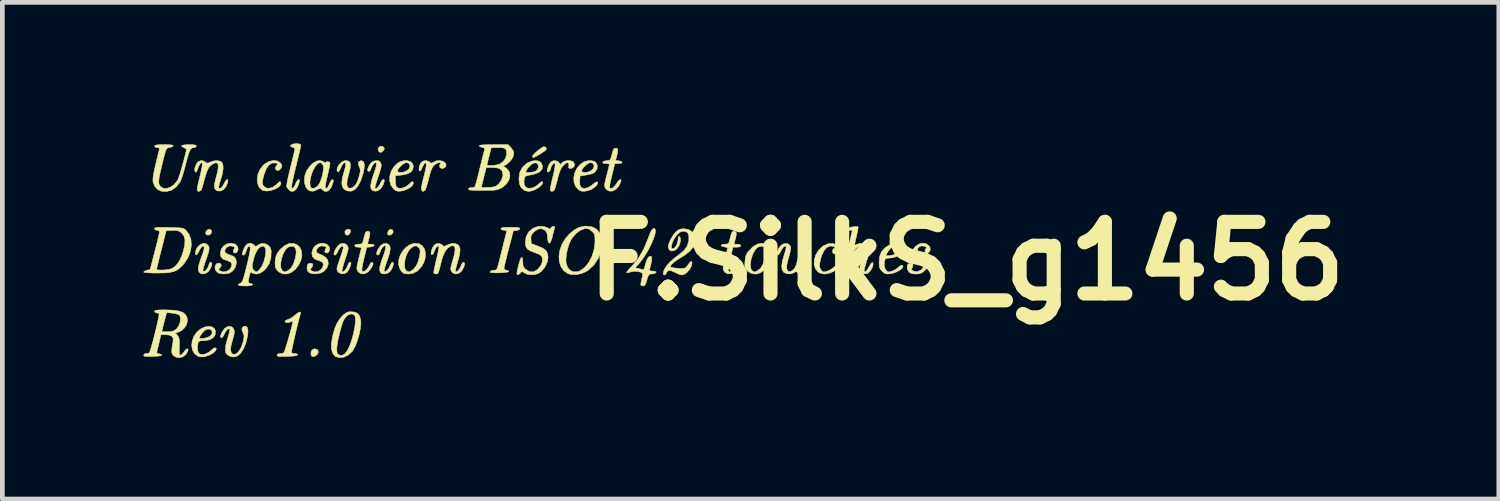
<source format=kicad_pcb>
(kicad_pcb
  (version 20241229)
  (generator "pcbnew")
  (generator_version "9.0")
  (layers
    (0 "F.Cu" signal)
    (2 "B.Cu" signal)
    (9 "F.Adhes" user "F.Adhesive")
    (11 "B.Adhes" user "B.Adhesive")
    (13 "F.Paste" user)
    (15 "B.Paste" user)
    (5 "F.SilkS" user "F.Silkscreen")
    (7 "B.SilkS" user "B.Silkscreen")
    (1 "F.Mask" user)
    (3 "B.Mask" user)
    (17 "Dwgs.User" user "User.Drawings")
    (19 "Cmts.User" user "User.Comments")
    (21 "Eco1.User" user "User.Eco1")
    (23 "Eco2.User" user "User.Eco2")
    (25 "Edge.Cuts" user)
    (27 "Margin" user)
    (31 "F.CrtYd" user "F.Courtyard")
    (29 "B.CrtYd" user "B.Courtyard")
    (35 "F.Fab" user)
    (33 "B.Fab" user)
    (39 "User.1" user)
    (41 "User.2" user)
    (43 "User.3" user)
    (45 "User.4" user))
  (footprint "F.SilkS_g1456"
    (layer "F.Cu")
    (at 17.51 2.503)
    (property "Reference" "F.SilkS_g1456" (at 0 0 0) (layer "F.SilkS") (effects (font (size 1.524 1.524) (thickness 0.3))))
    (attr through_hole)
    (fp_poly (pts (xy -16.068 -0.662) (xy -16.058 -0.622) (xy -16.069 -0.587) (xy -16.102 -0.558) (xy -16.145 -0.552) (xy -16.18 -0.573) (xy -16.185 -0.582) (xy -16.182 -0.626) (xy -16.151 -0.663) (xy -16.107 -0.677) (xy -16.068 -0.662)) (stroke (width 0.01) (type solid)) (fill yes) (layer "F.SilkS"))
    (fp_poly (pts (xy -13.115 -0.671) (xy -13.104 -0.645) (xy -13.106 -0.619) (xy -13.125 -0.576) (xy -13.16 -0.553) (xy -13.198 -0.554) (xy -13.221 -0.581) (xy -13.225 -0.635) (xy -13.194 -0.669) (xy -13.154 -0.677) (xy -13.115 -0.671)) (stroke (width 0.01) (type solid)) (fill yes) (layer "F.SilkS"))
    (fp_poly (pts (xy -12.223 -0.673) (xy -12.2 -0.647) (xy -12.202 -0.602) (xy -12.234 -0.565) (xy -12.281 -0.55) (xy -12.31 -0.56) (xy -12.316 -0.594) (xy -12.315 -0.609) (xy -12.296 -0.652) (xy -12.261 -0.675) (xy -12.223 -0.673)) (stroke (width 0.01) (type solid)) (fill yes) (layer "F.SilkS"))
    (fp_poly (pts (xy -12.429 -2.442) (xy -12.412 -2.432) (xy -12.385 -2.398) (xy -12.395 -2.364) (xy -12.416 -2.34) (xy -12.456 -2.311) (xy -12.489 -2.318) (xy -12.507 -2.336) (xy -12.522 -2.379) (xy -12.506 -2.418) (xy -12.472 -2.443) (xy -12.429 -2.442)) (stroke (width 0.01) (type solid)) (fill yes) (layer "F.SilkS"))
    (fp_poly (pts (xy -13.822 1.876) (xy -13.801 1.894) (xy -13.789 1.935) (xy -13.807 1.978) (xy -13.843 2.014) (xy -13.887 2.032) (xy -13.928 2.023) (xy -13.935 2.018) (xy -13.948 1.98) (xy -13.944 1.929) (xy -13.924 1.888) (xy -13.923 1.888) (xy -13.874 1.864) (xy -13.822 1.876)) (stroke (width 0.01) (type solid)) (fill yes) (layer "F.SilkS"))
    (fp_poly (pts (xy -8.949 -2.42) (xy -8.94 -2.385) (xy -8.953 -2.36) (xy -8.981 -2.338) (xy -9.031 -2.304) (xy -9.092 -2.266) (xy -9.152 -2.232) (xy -9.198 -2.208) (xy -9.217 -2.201) (xy -9.235 -2.216) (xy -9.238 -2.221) (xy -9.23 -2.243) (xy -9.196 -2.282) (xy -9.146 -2.328) (xy -9.091 -2.374) (xy -9.038 -2.411) (xy -8.999 -2.432) (xy -8.99 -2.434) (xy -8.949 -2.42)) (stroke (width 0.01) (type solid)) (fill yes) (layer "F.SilkS"))
    (fp_poly (pts (xy -14.248 -0.351) (xy -14.184 -0.296) (xy -14.148 -0.218) (xy -14.139 -0.124) (xy -14.158 -0.022) (xy -14.204 0.079) (xy -14.276 0.173) (xy -14.28 0.177) (xy -14.369 0.244) (xy -14.463 0.275) (xy -14.553 0.27) (xy -14.634 0.227) (xy -14.649 0.213) (xy -14.688 0.166) (xy -14.706 0.116) (xy -14.71 0.052) (xy -14.591 0.052) (xy -14.588 0.133) (xy -14.566 0.19) (xy -14.553 0.203) (xy -14.522 0.225) (xy -14.499 0.23) (xy -14.466 0.217) (xy -14.435 0.201) (xy -14.371 0.148) (xy -14.319 0.06) (xy -14.278 -0.066) (xy -14.275 -0.081) (xy -14.26 -0.185) (xy -14.27 -0.261) (xy -14.303 -0.306) (xy -14.348 -0.318) (xy -14.419 -0.303) (xy -14.478 -0.256) (xy -14.529 -0.171) (xy -14.541 -0.145) (xy -14.575 -0.044) (xy -14.591 0.052) (xy -14.71 0.052) (xy -14.711 0.045) (xy -14.701 -0.068) (xy -14.668 -0.159) (xy -14.606 -0.242) (xy -14.598 -0.251) (xy -14.501 -0.333) (xy -14.407 -0.375) (xy -14.315 -0.375) (xy -14.248 -0.351)) (stroke (width 0.01) (type solid)) (fill yes) (layer "F.SilkS"))
    (fp_poly (pts (xy -11.661 -0.373) (xy -11.646 -0.368) (xy -11.575 -0.323) (xy -11.53 -0.253) (xy -11.511 -0.165) (xy -11.516 -0.069) (xy -11.545 0.03) (xy -11.598 0.123) (xy -11.674 0.202) (xy -11.7 0.222) (xy -11.782 0.26) (xy -11.873 0.275) (xy -11.955 0.265) (xy -11.986 0.252) (xy -12.022 0.219) (xy -12.054 0.169) (xy -12.083 0.075) (xy -12.083 0.071) (xy -11.958 0.071) (xy -11.951 0.148) (xy -11.926 0.2) (xy -11.882 0.228) (xy -11.836 0.223) (xy -11.779 0.183) (xy -11.758 0.163) (xy -11.702 0.091) (xy -11.662 -0.003) (xy -11.633 -0.127) (xy -11.628 -0.162) (xy -11.624 -0.225) (xy -11.639 -0.268) (xy -11.66 -0.293) (xy -11.703 -0.323) (xy -11.75 -0.32) (xy -11.807 -0.284) (xy -11.838 -0.257) (xy -11.885 -0.195) (xy -11.922 -0.112) (xy -11.947 -0.019) (xy -11.958 0.071) (xy -12.083 0.071) (xy -12.079 -0.026) (xy -12.048 -0.125) (xy -11.994 -0.216) (xy -11.924 -0.294) (xy -11.842 -0.35) (xy -11.752 -0.379) (xy -11.661 -0.373)) (stroke (width 0.01) (type solid)) (fill yes) (layer "F.SilkS"))
    (fp_poly (pts (xy -14.659 -2.129) (xy -14.605 -2.095) (xy -14.574 -2.057) (xy -14.563 -2.031) (xy -14.578 -1.979) (xy -14.614 -1.939) (xy -14.649 -1.926) (xy -14.691 -1.941) (xy -14.704 -1.978) (xy -14.686 -2.024) (xy -14.679 -2.032) (xy -14.656 -2.062) (xy -14.666 -2.077) (xy -14.698 -2.086) (xy -14.773 -2.085) (xy -14.839 -2.044) (xy -14.896 -1.963) (xy -14.943 -1.845) (xy -14.957 -1.793) (xy -14.975 -1.717) (xy -14.981 -1.668) (xy -14.976 -1.635) (xy -14.96 -1.604) (xy -14.957 -1.599) (xy -14.907 -1.558) (xy -14.841 -1.548) (xy -14.765 -1.569) (xy -14.689 -1.62) (xy -14.66 -1.649) (xy -14.617 -1.687) (xy -14.592 -1.686) (xy -14.584 -1.651) (xy -14.603 -1.604) (xy -14.654 -1.561) (xy -14.726 -1.525) (xy -14.808 -1.5) (xy -14.89 -1.49) (xy -14.96 -1.5) (xy -14.984 -1.51) (xy -15.047 -1.569) (xy -15.082 -1.65) (xy -15.091 -1.746) (xy -15.074 -1.847) (xy -15.032 -1.946) (xy -14.967 -2.033) (xy -14.917 -2.076) (xy -14.829 -2.122) (xy -14.74 -2.14) (xy -14.659 -2.129)) (stroke (width 0.01) (type solid)) (fill yes) (layer "F.SilkS"))
    (fp_poly (pts (xy -16.181 -0.371) (xy -16.175 -0.367) (xy -16.14 -0.341) (xy -16.119 -0.312) (xy -16.112 -0.273) (xy -16.118 -0.218) (xy -16.14 -0.14) (xy -16.176 -0.032) (xy -16.202 0.04) (xy -16.23 0.129) (xy -16.243 0.19) (xy -16.239 0.216) (xy -16.212 0.218) (xy -16.177 0.191) (xy -16.144 0.146) (xy -16.12 0.092) (xy -16.118 0.082) (xy -16.099 0.034) (xy -16.075 0.022) (xy -16.056 0.041) (xy -16.054 0.077) (xy -16.073 0.132) (xy -16.106 0.191) (xy -16.134 0.228) (xy -16.19 0.264) (xy -16.252 0.274) (xy -16.307 0.255) (xy -16.32 0.243) (xy -16.34 0.203) (xy -16.342 0.146) (xy -16.327 0.067) (xy -16.292 -0.041) (xy -16.278 -0.08) (xy -16.242 -0.182) (xy -16.222 -0.25) (xy -16.217 -0.292) (xy -16.225 -0.312) (xy -16.247 -0.318) (xy -16.274 -0.299) (xy -16.307 -0.252) (xy -16.322 -0.222) (xy -16.355 -0.159) (xy -16.382 -0.13) (xy -16.399 -0.138) (xy -16.404 -0.175) (xy -16.389 -0.245) (xy -16.35 -0.307) (xy -16.296 -0.354) (xy -16.237 -0.378) (xy -16.181 -0.371)) (stroke (width 0.01) (type solid)) (fill yes) (layer "F.SilkS"))
    (fp_poly (pts (xy -14.226 -2.497) (xy -14.18 -2.487) (xy -14.161 -2.466) (xy -14.161 -2.465) (xy -14.165 -2.435) (xy -14.179 -2.372) (xy -14.201 -2.28) (xy -14.228 -2.167) (xy -14.259 -2.04) (xy -14.267 -2.009) (xy -14.298 -1.881) (xy -14.325 -1.766) (xy -14.345 -1.671) (xy -14.358 -1.603) (xy -14.361 -1.568) (xy -14.361 -1.565) (xy -14.337 -1.546) (xy -14.312 -1.565) (xy -14.282 -1.624) (xy -14.276 -1.64) (xy -14.248 -1.697) (xy -14.22 -1.731) (xy -14.198 -1.737) (xy -14.19 -1.713) (xy -14.195 -1.677) (xy -14.228 -1.583) (xy -14.272 -1.517) (xy -14.323 -1.484) (xy -14.376 -1.486) (xy -14.419 -1.519) (xy -14.45 -1.559) (xy -14.465 -1.581) (xy -14.464 -1.609) (xy -14.454 -1.67) (xy -14.437 -1.759) (xy -14.412 -1.868) (xy -14.383 -1.988) (xy -14.353 -2.109) (xy -14.327 -2.217) (xy -14.306 -2.304) (xy -14.292 -2.364) (xy -14.287 -2.389) (xy -14.305 -2.408) (xy -14.342 -2.422) (xy -14.379 -2.436) (xy -14.38 -2.456) (xy -14.371 -2.467) (xy -14.336 -2.487) (xy -14.283 -2.498) (xy -14.226 -2.497)) (stroke (width 0.01) (type solid)) (fill yes) (layer "F.SilkS"))
    (fp_poly (pts (xy -12.512 -2.134) (xy -12.481 -2.116) (xy -12.463 -2.084) (xy -12.453 -2.055) (xy -12.452 -2.02) (xy -12.462 -1.97) (xy -12.483 -1.898) (xy -12.517 -1.795) (xy -12.547 -1.702) (xy -12.57 -1.625) (xy -12.584 -1.572) (xy -12.586 -1.551) (xy -12.556 -1.546) (xy -12.519 -1.573) (xy -12.485 -1.625) (xy -12.473 -1.651) (xy -12.446 -1.703) (xy -12.419 -1.733) (xy -12.411 -1.736) (xy -12.388 -1.727) (xy -12.386 -1.697) (xy -12.405 -1.638) (xy -12.412 -1.621) (xy -12.46 -1.543) (xy -12.522 -1.497) (xy -12.59 -1.487) (xy -12.642 -1.505) (xy -12.671 -1.543) (xy -12.676 -1.612) (xy -12.657 -1.713) (xy -12.615 -1.841) (xy -12.576 -1.958) (xy -12.555 -2.038) (xy -12.555 -2.083) (xy -12.57 -2.095) (xy -12.603 -2.078) (xy -12.638 -2.034) (xy -12.665 -1.978) (xy -12.669 -1.963) (xy -12.689 -1.922) (xy -12.716 -1.906) (xy -12.737 -1.918) (xy -12.742 -1.944) (xy -12.731 -1.986) (xy -12.703 -2.042) (xy -12.694 -2.055) (xy -12.65 -2.107) (xy -12.597 -2.13) (xy -12.567 -2.134) (xy -12.512 -2.134)) (stroke (width 0.01) (type solid)) (fill yes) (layer "F.SilkS"))
    (fp_poly (pts (xy -12.287 -0.346) (xy -12.265 -0.309) (xy -12.261 -0.254) (xy -12.273 -0.177) (xy -12.304 -0.07) (xy -12.336 0.02) (xy -12.364 0.101) (xy -12.383 0.167) (xy -12.391 0.208) (xy -12.391 0.216) (xy -12.366 0.225) (xy -12.332 0.203) (xy -12.295 0.158) (xy -12.269 0.106) (xy -12.244 0.054) (xy -12.22 0.024) (xy -12.213 0.021) (xy -12.194 0.037) (xy -12.195 0.078) (xy -12.212 0.132) (xy -12.241 0.189) (xy -12.276 0.232) (xy -12.33 0.264) (xy -12.394 0.274) (xy -12.45 0.26) (xy -12.463 0.25) (xy -12.485 0.2) (xy -12.481 0.121) (xy -12.451 0.011) (xy -12.437 -0.031) (xy -12.391 -0.156) (xy -12.364 -0.246) (xy -12.354 -0.303) (xy -12.361 -0.328) (xy -12.362 -0.328) (xy -12.389 -0.323) (xy -12.424 -0.291) (xy -12.457 -0.243) (xy -12.478 -0.19) (xy -12.478 -0.188) (xy -12.497 -0.144) (xy -12.522 -0.127) (xy -12.548 -0.142) (xy -12.549 -0.181) (xy -12.529 -0.237) (xy -12.488 -0.3) (xy -12.461 -0.333) (xy -12.402 -0.373) (xy -12.339 -0.376) (xy -12.287 -0.346)) (stroke (width 0.01) (type solid)) (fill yes) (layer "F.SilkS"))
    (fp_poly (pts (xy -4.259 -0.352) (xy -4.258 -0.351) (xy -4.193 -0.296) (xy -4.157 -0.218) (xy -4.149 -0.124) (xy -4.168 -0.022) (xy -4.213 0.079) (xy -4.285 0.173) (xy -4.289 0.177) (xy -4.379 0.245) (xy -4.473 0.276) (xy -4.564 0.269) (xy -4.646 0.225) (xy -4.661 0.211) (xy -4.696 0.173) (xy -4.714 0.138) (xy -4.72 0.091) (xy -4.718 0.052) (xy -4.6 0.052) (xy -4.597 0.133) (xy -4.576 0.19) (xy -4.563 0.203) (xy -4.531 0.225) (xy -4.508 0.23) (xy -4.476 0.217) (xy -4.444 0.201) (xy -4.38 0.148) (xy -4.329 0.06) (xy -4.288 -0.066) (xy -4.284 -0.081) (xy -4.269 -0.185) (xy -4.279 -0.261) (xy -4.313 -0.306) (xy -4.358 -0.318) (xy -4.428 -0.303) (xy -4.487 -0.256) (xy -4.538 -0.171) (xy -4.55 -0.145) (xy -4.584 -0.044) (xy -4.6 0.052) (xy -4.718 0.052) (xy -4.717 0.019) (xy -4.716 0.011) (xy -4.707 -0.074) (xy -4.689 -0.135) (xy -4.656 -0.189) (xy -4.643 -0.206) (xy -4.546 -0.306) (xy -4.45 -0.363) (xy -4.354 -0.379) (xy -4.259 -0.352)) (stroke (width 0.01) (type solid)) (fill yes) (layer "F.SilkS"))
    (fp_poly (pts (xy -2.778 -0.348) (xy -2.743 -0.306) (xy -2.732 -0.254) (xy -2.74 -0.203) (xy -2.766 -0.165) (xy -2.805 -0.151) (xy -2.825 -0.156) (xy -2.853 -0.185) (xy -2.854 -0.228) (xy -2.83 -0.266) (xy -2.82 -0.273) (xy -2.798 -0.289) (xy -2.81 -0.303) (xy -2.836 -0.314) (xy -2.909 -0.321) (xy -2.977 -0.289) (xy -3.036 -0.22) (xy -3.084 -0.117) (xy -3.102 -0.06) (xy -3.124 0.035) (xy -3.13 0.101) (xy -3.12 0.15) (xy -3.093 0.192) (xy -3.064 0.223) (xy -3.033 0.231) (xy -2.984 0.22) (xy -2.97 0.216) (xy -2.902 0.186) (xy -2.843 0.145) (xy -2.837 0.138) (xy -2.789 0.098) (xy -2.752 0.086) (xy -2.732 0.102) (xy -2.731 0.113) (xy -2.75 0.156) (xy -2.799 0.2) (xy -2.869 0.238) (xy -2.948 0.265) (xy -3.023 0.275) (xy -3.11 0.26) (xy -3.161 0.232) (xy -3.218 0.162) (xy -3.245 0.074) (xy -3.242 -0.025) (xy -3.213 -0.126) (xy -3.159 -0.22) (xy -3.082 -0.299) (xy -3.039 -0.328) (xy -2.937 -0.372) (xy -2.846 -0.376) (xy -2.778 -0.348)) (stroke (width 0.01) (type solid)) (fill yes) (layer "F.SilkS"))
    (fp_poly (pts (xy -14.166 1.09) (xy -14.169 1.117) (xy -14.19 1.191) (xy -14.215 1.287) (xy -14.242 1.397) (xy -14.27 1.514) (xy -14.297 1.631) (xy -14.322 1.74) (xy -14.342 1.833) (xy -14.355 1.903) (xy -14.361 1.943) (xy -14.361 1.949) (xy -14.333 1.963) (xy -14.284 1.968) (xy -14.238 1.976) (xy -14.229 1.995) (xy -14.252 2.009) (xy -14.31 2.019) (xy -14.407 2.026) (xy -14.453 2.027) (xy -14.552 2.029) (xy -14.616 2.028) (xy -14.652 2.022) (xy -14.667 2.011) (xy -14.668 2.001) (xy -14.65 1.975) (xy -14.61 1.968) (xy -14.556 1.962) (xy -14.524 1.95) (xy -14.513 1.927) (xy -14.493 1.871) (xy -14.468 1.791) (xy -14.439 1.696) (xy -14.41 1.593) (xy -14.381 1.491) (xy -14.357 1.399) (xy -14.34 1.326) (xy -14.331 1.278) (xy -14.33 1.275) (xy -14.346 1.278) (xy -14.371 1.29) (xy -14.425 1.309) (xy -14.472 1.309) (xy -14.498 1.292) (xy -14.499 1.283) (xy -14.481 1.259) (xy -14.437 1.242) (xy -14.436 1.242) (xy -14.384 1.22) (xy -14.321 1.179) (xy -14.291 1.154) (xy -14.229 1.104) (xy -14.186 1.082) (xy -14.166 1.09)) (stroke (width 0.01) (type solid)) (fill yes) (layer "F.SilkS"))
    (fp_poly (pts (xy -9.608 -0.718) (xy -9.547 -0.714) (xy -9.515 -0.705) (xy -9.504 -0.692) (xy -9.504 -0.689) (xy -9.523 -0.665) (xy -9.573 -0.652) (xy -9.641 -0.646) (xy -9.74 -0.265) (xy -9.772 -0.142) (xy -9.799 -0.031) (xy -9.821 0.059) (xy -9.835 0.123) (xy -9.841 0.152) (xy -9.824 0.183) (xy -9.789 0.194) (xy -9.749 0.207) (xy -9.736 0.222) (xy -9.755 0.232) (xy -9.806 0.24) (xy -9.876 0.246) (xy -9.955 0.25) (xy -10.031 0.25) (xy -10.094 0.248) (xy -10.132 0.241) (xy -10.139 0.236) (xy -10.12 0.211) (xy -10.074 0.195) (xy -10.032 0.191) (xy -10.019 0.19) (xy -10.007 0.187) (xy -9.997 0.175) (xy -9.986 0.15) (xy -9.972 0.107) (xy -9.953 0.04) (xy -9.929 -0.055) (xy -9.897 -0.183) (xy -9.874 -0.275) (xy -9.847 -0.386) (xy -9.822 -0.484) (xy -9.802 -0.561) (xy -9.79 -0.61) (xy -9.787 -0.619) (xy -9.788 -0.645) (xy -9.817 -0.655) (xy -9.841 -0.656) (xy -9.892 -0.665) (xy -9.906 -0.688) (xy -9.899 -0.703) (xy -9.872 -0.713) (xy -9.82 -0.718) (xy -9.734 -0.72) (xy -9.705 -0.72) (xy -9.608 -0.718)) (stroke (width 0.01) (type solid)) (fill yes) (layer "F.SilkS"))
    (fp_poly (pts (xy -13.202 -0.359) (xy -13.174 -0.328) (xy -13.16 -0.303) (xy -13.154 -0.278) (xy -13.157 -0.242) (xy -13.17 -0.189) (xy -13.195 -0.11) (xy -13.221 -0.033) (xy -13.251 0.062) (xy -13.273 0.142) (xy -13.286 0.199) (xy -13.287 0.225) (xy -13.287 0.225) (xy -13.261 0.225) (xy -13.226 0.197) (xy -13.191 0.15) (xy -13.165 0.093) (xy -13.165 0.093) (xy -13.141 0.038) (xy -13.117 0.022) (xy -13.096 0.034) (xy -13.095 0.062) (xy -13.11 0.111) (xy -13.136 0.168) (xy -13.166 0.219) (xy -13.18 0.237) (xy -13.234 0.269) (xy -13.299 0.271) (xy -13.357 0.243) (xy -13.363 0.236) (xy -13.383 0.212) (xy -13.393 0.187) (xy -13.393 0.153) (xy -13.382 0.102) (xy -13.358 0.027) (xy -13.321 -0.079) (xy -13.291 -0.168) (xy -13.269 -0.242) (xy -13.257 -0.293) (xy -13.257 -0.31) (xy -13.288 -0.317) (xy -13.325 -0.29) (xy -13.361 -0.237) (xy -13.372 -0.212) (xy -13.398 -0.16) (xy -13.425 -0.13) (xy -13.433 -0.127) (xy -13.457 -0.137) (xy -13.457 -0.171) (xy -13.434 -0.233) (xy -13.427 -0.246) (xy -13.378 -0.321) (xy -13.319 -0.367) (xy -13.258 -0.38) (xy -13.202 -0.359)) (stroke (width 0.01) (type solid)) (fill yes) (layer "F.SilkS"))
    (fp_poly (pts (xy -13.154 -2.129) (xy -13.118 -2.101) (xy -13.105 -2.048) (xy -13.113 -1.966) (xy -13.143 -1.852) (xy -13.146 -1.841) (xy -13.176 -1.718) (xy -13.183 -1.627) (xy -13.165 -1.571) (xy -13.127 -1.549) (xy -13.063 -1.56) (xy -13.005 -1.611) (xy -12.956 -1.699) (xy -12.916 -1.823) (xy -12.913 -1.834) (xy -12.899 -1.905) (xy -12.9 -1.954) (xy -12.917 -2) (xy -12.922 -2.01) (xy -12.941 -2.073) (xy -12.927 -2.116) (xy -12.884 -2.135) (xy -12.861 -2.134) (xy -12.824 -2.109) (xy -12.81 -2.049) (xy -12.818 -1.953) (xy -12.838 -1.861) (xy -12.888 -1.709) (xy -12.947 -1.595) (xy -13.015 -1.52) (xy -13.092 -1.486) (xy -13.176 -1.493) (xy -13.187 -1.497) (xy -13.247 -1.533) (xy -13.282 -1.591) (xy -13.291 -1.673) (xy -13.275 -1.783) (xy -13.241 -1.905) (xy -13.214 -2.003) (xy -13.207 -2.066) (xy -13.22 -2.093) (xy -13.25 -2.085) (xy -13.273 -2.058) (xy -13.302 -2.005) (xy -13.316 -1.973) (xy -13.347 -1.914) (xy -13.371 -1.894) (xy -13.379 -1.898) (xy -13.395 -1.94) (xy -13.382 -1.995) (xy -13.348 -2.052) (xy -13.3 -2.101) (xy -13.245 -2.132) (xy -13.213 -2.138) (xy -13.154 -2.129)) (stroke (width 0.01) (type solid)) (fill yes) (layer "F.SilkS"))
    (fp_poly (pts (xy -8.423 -2.135) (xy -8.371 -2.116) (xy -8.362 -2.107) (xy -8.34 -2.055) (xy -8.352 -2.007) (xy -8.393 -1.976) (xy -8.411 -1.972) (xy -8.453 -1.971) (xy -8.466 -1.989) (xy -8.462 -2.03) (xy -8.465 -2.08) (xy -8.489 -2.096) (xy -8.53 -2.079) (xy -8.585 -2.028) (xy -8.588 -2.024) (xy -8.627 -1.969) (xy -8.66 -1.893) (xy -8.691 -1.787) (xy -8.699 -1.754) (xy -8.722 -1.664) (xy -8.744 -1.587) (xy -8.761 -1.533) (xy -8.767 -1.519) (xy -8.799 -1.487) (xy -8.837 -1.485) (xy -8.858 -1.502) (xy -8.857 -1.529) (xy -8.848 -1.588) (xy -8.831 -1.672) (xy -8.807 -1.77) (xy -8.805 -1.78) (xy -8.773 -1.915) (xy -8.756 -2.011) (xy -8.754 -2.069) (xy -8.766 -2.089) (xy -8.793 -2.072) (xy -8.807 -2.056) (xy -8.837 -2.008) (xy -8.848 -1.969) (xy -8.859 -1.931) (xy -8.884 -1.902) (xy -8.91 -1.894) (xy -8.92 -1.902) (xy -8.922 -1.936) (xy -8.908 -1.991) (xy -8.883 -2.051) (xy -8.854 -2.099) (xy -8.852 -2.101) (xy -8.801 -2.132) (xy -8.74 -2.135) (xy -8.686 -2.111) (xy -8.672 -2.095) (xy -8.643 -2.053) (xy -8.604 -2.095) (xy -8.557 -2.124) (xy -8.49 -2.138) (xy -8.423 -2.135)) (stroke (width 0.01) (type solid)) (fill yes) (layer "F.SilkS"))
    (fp_poly (pts (xy -11.831 -2.115) (xy -11.785 -2.072) (xy -11.769 -2.016) (xy -11.782 -1.944) (xy -11.825 -1.891) (xy -11.901 -1.854) (xy -12.013 -1.831) (xy -12.031 -1.828) (xy -12.15 -1.815) (xy -12.15 -1.705) (xy -12.145 -1.638) (xy -12.133 -1.586) (xy -12.124 -1.571) (xy -12.074 -1.547) (xy -12.005 -1.552) (xy -11.931 -1.581) (xy -11.861 -1.632) (xy -11.845 -1.649) (xy -11.802 -1.687) (xy -11.776 -1.686) (xy -11.769 -1.651) (xy -11.788 -1.609) (xy -11.837 -1.565) (xy -11.908 -1.526) (xy -11.987 -1.497) (xy -12.026 -1.49) (xy -12.09 -1.485) (xy -12.135 -1.496) (xy -12.182 -1.53) (xy -12.191 -1.538) (xy -12.247 -1.615) (xy -12.273 -1.709) (xy -12.269 -1.811) (xy -12.238 -1.914) (xy -12.236 -1.918) (xy -12.107 -1.918) (xy -12.09 -1.893) (xy -12.045 -1.884) (xy -11.984 -1.891) (xy -11.92 -1.914) (xy -11.917 -1.915) (xy -11.866 -1.957) (xy -11.842 -2.006) (xy -11.845 -2.053) (xy -11.877 -2.086) (xy -11.922 -2.095) (xy -11.963 -2.08) (xy -12.014 -2.042) (xy -12.063 -1.993) (xy -12.098 -1.945) (xy -12.107 -1.918) (xy -12.236 -1.918) (xy -12.182 -2.007) (xy -12.104 -2.082) (xy -12.064 -2.107) (xy -11.98 -2.135) (xy -11.899 -2.137) (xy -11.831 -2.115)) (stroke (width 0.01) (type solid)) (fill yes) (layer "F.SilkS"))
    (fp_poly (pts (xy -7.966 -0.728) (xy -7.873 -0.679) (xy -7.807 -0.597) (xy -7.769 -0.485) (xy -7.759 -0.371) (xy -7.78 -0.207) (xy -7.838 -0.053) (xy -7.929 0.082) (xy -8.049 0.193) (xy -8.098 0.224) (xy -8.196 0.266) (xy -8.305 0.288) (xy -8.408 0.286) (xy -8.479 0.268) (xy -8.569 0.206) (xy -8.63 0.118) (xy -8.665 0.011) (xy -8.667 -0.028) (xy -8.524 -0.028) (xy -8.521 0.03) (xy -8.49 0.129) (xy -8.435 0.196) (xy -8.361 0.229) (xy -8.274 0.225) (xy -8.214 0.202) (xy -8.119 0.131) (xy -8.036 0.027) (xy -7.97 -0.101) (xy -7.926 -0.244) (xy -7.906 -0.395) (xy -7.906 -0.42) (xy -7.907 -0.501) (xy -7.913 -0.553) (xy -7.928 -0.588) (xy -7.957 -0.621) (xy -7.977 -0.639) (xy -8.031 -0.68) (xy -8.076 -0.694) (xy -8.122 -0.691) (xy -8.215 -0.657) (xy -8.307 -0.589) (xy -8.389 -0.494) (xy -8.405 -0.471) (xy -8.451 -0.377) (xy -8.489 -0.261) (xy -8.514 -0.139) (xy -8.524 -0.028) (xy -8.667 -0.028) (xy -8.672 -0.108) (xy -8.652 -0.235) (xy -8.606 -0.361) (xy -8.533 -0.482) (xy -8.445 -0.581) (xy -8.339 -0.667) (xy -8.238 -0.719) (xy -8.131 -0.742) (xy -8.085 -0.744) (xy -7.966 -0.728)) (stroke (width 0.01) (type solid)) (fill yes) (layer "F.SilkS"))
    (fp_poly (pts (xy -16.056 1.398) (xy -16.005 1.43) (xy -15.978 1.482) (xy -15.98 1.553) (xy -15.987 1.574) (xy -16.028 1.632) (xy -16.103 1.673) (xy -16.205 1.692) (xy -16.242 1.693) (xy -16.303 1.697) (xy -16.334 1.711) (xy -16.348 1.741) (xy -16.361 1.828) (xy -16.354 1.909) (xy -16.34 1.949) (xy -16.301 1.981) (xy -16.242 1.987) (xy -16.172 1.968) (xy -16.101 1.926) (xy -16.057 1.886) (xy -16.014 1.851) (xy -15.979 1.843) (xy -15.96 1.862) (xy -15.96 1.87) (xy -15.979 1.912) (xy -16.034 1.959) (xy -16.097 1.995) (xy -16.211 2.036) (xy -16.309 2.037) (xy -16.351 2.023) (xy -16.422 1.97) (xy -16.466 1.893) (xy -16.483 1.799) (xy -16.473 1.698) (xy -16.45 1.636) (xy -16.32 1.636) (xy -16.302 1.648) (xy -16.257 1.648) (xy -16.199 1.638) (xy -16.14 1.62) (xy -16.096 1.6) (xy -16.055 1.555) (xy -16.047 1.506) (xy -16.067 1.466) (xy -16.111 1.445) (xy -16.167 1.452) (xy -16.211 1.48) (xy -16.258 1.528) (xy -16.298 1.583) (xy -16.319 1.629) (xy -16.32 1.636) (xy -16.45 1.636) (xy -16.436 1.598) (xy -16.372 1.508) (xy -16.364 1.5) (xy -16.285 1.438) (xy -16.203 1.401) (xy -16.124 1.388) (xy -16.056 1.398)) (stroke (width 0.01) (type solid)) (fill yes) (layer "F.SilkS"))
    (fp_poly (pts (xy -15.615 1.408) (xy -15.582 1.459) (xy -15.575 1.503) (xy -15.582 1.561) (xy -15.604 1.645) (xy -15.613 1.674) (xy -15.646 1.797) (xy -15.656 1.887) (xy -15.642 1.948) (xy -15.616 1.977) (xy -15.568 1.985) (xy -15.516 1.957) (xy -15.466 1.899) (xy -15.422 1.816) (xy -15.389 1.713) (xy -15.385 1.7) (xy -15.372 1.628) (xy -15.371 1.58) (xy -15.384 1.54) (xy -15.394 1.521) (xy -15.418 1.456) (xy -15.405 1.409) (xy -15.373 1.388) (xy -15.326 1.385) (xy -15.297 1.418) (xy -15.285 1.483) (xy -15.292 1.577) (xy -15.318 1.695) (xy -15.328 1.73) (xy -15.379 1.863) (xy -15.442 1.96) (xy -15.514 2.02) (xy -15.595 2.04) (xy -15.676 2.022) (xy -15.729 1.99) (xy -15.76 1.943) (xy -15.769 1.877) (xy -15.757 1.785) (xy -15.725 1.663) (xy -15.715 1.629) (xy -15.691 1.55) (xy -15.676 1.487) (xy -15.67 1.45) (xy -15.671 1.445) (xy -15.701 1.44) (xy -15.738 1.467) (xy -15.773 1.519) (xy -15.785 1.545) (xy -15.811 1.597) (xy -15.838 1.627) (xy -15.846 1.63) (xy -15.87 1.621) (xy -15.871 1.592) (xy -15.849 1.536) (xy -15.832 1.501) (xy -15.783 1.433) (xy -15.724 1.394) (xy -15.666 1.385) (xy -15.615 1.408)) (stroke (width 0.01) (type solid)) (fill yes) (layer "F.SilkS"))
    (fp_poly (pts (xy -13.031 1.082) (xy -12.962 1.107) (xy -12.917 1.159) (xy -12.891 1.235) (xy -12.885 1.324) (xy -12.896 1.437) (xy -12.922 1.564) (xy -12.959 1.691) (xy -13.004 1.807) (xy -13.054 1.9) (xy -13.075 1.927) (xy -13.155 1.999) (xy -13.245 2.042) (xy -13.336 2.054) (xy -13.418 2.031) (xy -13.436 2.021) (xy -13.485 1.96) (xy -13.51 1.868) (xy -13.51 1.867) (xy -13.398 1.867) (xy -13.393 1.938) (xy -13.374 1.978) (xy -13.361 1.988) (xy -13.313 2.008) (xy -13.269 1.999) (xy -13.223 1.968) (xy -13.182 1.919) (xy -13.14 1.84) (xy -13.1 1.74) (xy -13.065 1.627) (xy -13.035 1.509) (xy -13.013 1.395) (xy -13.001 1.292) (xy -13.001 1.21) (xy -13.015 1.156) (xy -13.022 1.147) (xy -13.072 1.123) (xy -13.131 1.133) (xy -13.19 1.173) (xy -13.242 1.24) (xy -13.263 1.283) (xy -13.291 1.36) (xy -13.32 1.462) (xy -13.348 1.575) (xy -13.373 1.687) (xy -13.39 1.786) (xy -13.398 1.859) (xy -13.398 1.867) (xy -13.51 1.867) (xy -13.511 1.748) (xy -13.487 1.6) (xy -13.439 1.43) (xy -13.435 1.418) (xy -13.389 1.316) (xy -13.329 1.223) (xy -13.26 1.146) (xy -13.191 1.095) (xy -13.133 1.077) (xy -13.031 1.082)) (stroke (width 0.01) (type solid)) (fill yes) (layer "F.SilkS"))
    (fp_poly (pts (xy -11.154 -2.127) (xy -11.104 -2.102) (xy -11.075 -2.067) (xy -11.074 -2.025) (xy -11.096 -1.994) (xy -11.139 -1.97) (xy -11.18 -1.974) (xy -11.208 -1.999) (xy -11.212 -2.037) (xy -11.197 -2.064) (xy -11.187 -2.089) (xy -11.206 -2.097) (xy -11.243 -2.09) (xy -11.288 -2.068) (xy -11.308 -2.054) (xy -11.34 -2.024) (xy -11.367 -1.985) (xy -11.391 -1.931) (xy -11.416 -1.852) (xy -11.446 -1.741) (xy -11.452 -1.714) (xy -11.475 -1.63) (xy -11.497 -1.56) (xy -11.514 -1.516) (xy -11.519 -1.508) (xy -11.557 -1.482) (xy -11.587 -1.494) (xy -11.599 -1.54) (xy -11.594 -1.586) (xy -11.579 -1.659) (xy -11.558 -1.749) (xy -11.546 -1.795) (xy -11.523 -1.887) (xy -11.505 -1.969) (xy -11.495 -2.028) (xy -11.493 -2.046) (xy -11.501 -2.085) (xy -11.521 -2.088) (xy -11.548 -2.059) (xy -11.576 -2.001) (xy -11.578 -1.996) (xy -11.602 -1.944) (xy -11.624 -1.915) (xy -11.631 -1.913) (xy -11.647 -1.933) (xy -11.648 -1.978) (xy -11.636 -2.034) (xy -11.612 -2.085) (xy -11.612 -2.085) (xy -11.562 -2.127) (xy -11.498 -2.138) (xy -11.437 -2.118) (xy -11.421 -2.105) (xy -11.393 -2.083) (xy -11.365 -2.089) (xy -11.341 -2.105) (xy -11.28 -2.132) (xy -11.215 -2.138) (xy -11.154 -2.127)) (stroke (width 0.01) (type solid)) (fill yes) (layer "F.SilkS"))
    (fp_poly (pts (xy -7.923 -2.122) (xy -7.888 -2.099) (xy -7.857 -2.037) (xy -7.86 -1.966) (xy -7.895 -1.906) (xy -7.926 -1.879) (xy -7.963 -1.86) (xy -8.019 -1.845) (xy -8.104 -1.829) (xy -8.128 -1.825) (xy -8.223 -1.809) (xy -8.23 -1.707) (xy -8.227 -1.621) (xy -8.202 -1.568) (xy -8.154 -1.546) (xy -8.135 -1.545) (xy -8.054 -1.562) (xy -7.969 -1.615) (xy -7.932 -1.647) (xy -7.888 -1.681) (xy -7.859 -1.684) (xy -7.849 -1.677) (xy -7.847 -1.649) (xy -7.873 -1.609) (xy -7.92 -1.566) (xy -7.979 -1.528) (xy -8.04 -1.503) (xy -8.128 -1.485) (xy -8.192 -1.487) (xy -8.246 -1.511) (xy -8.25 -1.515) (xy -8.316 -1.584) (xy -8.351 -1.673) (xy -8.357 -1.773) (xy -8.337 -1.876) (xy -8.317 -1.918) (xy -8.191 -1.918) (xy -8.174 -1.893) (xy -8.129 -1.884) (xy -8.068 -1.891) (xy -8.004 -1.914) (xy -8.001 -1.915) (xy -7.95 -1.957) (xy -7.926 -2.006) (xy -7.93 -2.053) (xy -7.961 -2.086) (xy -8.006 -2.095) (xy -8.047 -2.08) (xy -8.098 -2.042) (xy -8.148 -1.993) (xy -8.182 -1.945) (xy -8.191 -1.918) (xy -8.317 -1.918) (xy -8.29 -1.973) (xy -8.219 -2.057) (xy -8.145 -2.108) (xy -8.071 -2.132) (xy -7.992 -2.137) (xy -7.923 -2.122)) (stroke (width 0.01) (type solid)) (fill yes) (layer "F.SilkS"))
    (fp_poly (pts (xy -15.576 -0.367) (xy -15.54 -0.347) (xy -15.505 -0.304) (xy -15.495 -0.252) (xy -15.508 -0.204) (xy -15.543 -0.175) (xy -15.552 -0.173) (xy -15.59 -0.178) (xy -15.6 -0.206) (xy -15.587 -0.253) (xy -15.575 -0.27) (xy -15.566 -0.292) (xy -15.593 -0.311) (xy -15.601 -0.314) (xy -15.675 -0.324) (xy -15.736 -0.294) (xy -15.762 -0.262) (xy -15.781 -0.214) (xy -15.765 -0.177) (xy -15.711 -0.146) (xy -15.666 -0.13) (xy -15.59 -0.099) (xy -15.548 -0.055) (xy -15.533 0.012) (xy -15.532 0.034) (xy -15.552 0.125) (xy -15.605 0.204) (xy -15.665 0.248) (xy -15.735 0.269) (xy -15.818 0.273) (xy -15.894 0.261) (xy -15.931 0.244) (xy -15.973 0.197) (xy -15.989 0.141) (xy -15.98 0.089) (xy -15.948 0.052) (xy -15.907 0.042) (xy -15.866 0.057) (xy -15.853 0.091) (xy -15.872 0.134) (xy -15.887 0.15) (xy -15.909 0.174) (xy -15.897 0.195) (xy -15.883 0.205) (xy -15.818 0.23) (xy -15.746 0.221) (xy -15.682 0.183) (xy -15.641 0.124) (xy -15.629 0.063) (xy -15.653 0.021) (xy -15.716 -0.007) (xy -15.734 -0.012) (xy -15.815 -0.042) (xy -15.861 -0.094) (xy -15.875 -0.167) (xy -15.856 -0.252) (xy -15.807 -0.319) (xy -15.737 -0.364) (xy -15.657 -0.382) (xy -15.576 -0.367)) (stroke (width 0.01) (type solid)) (fill yes) (layer "F.SilkS"))
    (fp_poly (pts (xy -13.658 -0.375) (xy -13.6 -0.351) (xy -13.561 -0.308) (xy -13.551 -0.247) (xy -13.564 -0.196) (xy -13.596 -0.175) (xy -13.605 -0.173) (xy -13.643 -0.178) (xy -13.652 -0.206) (xy -13.64 -0.253) (xy -13.628 -0.27) (xy -13.618 -0.292) (xy -13.646 -0.311) (xy -13.653 -0.314) (xy -13.728 -0.324) (xy -13.788 -0.294) (xy -13.816 -0.261) (xy -13.835 -0.22) (xy -13.826 -0.188) (xy -13.785 -0.158) (xy -13.71 -0.127) (xy -13.631 -0.08) (xy -13.587 -0.015) (xy -13.578 0.062) (xy -13.607 0.143) (xy -13.664 0.212) (xy -13.727 0.249) (xy -13.811 0.27) (xy -13.897 0.271) (xy -13.97 0.253) (xy -13.987 0.243) (xy -14.021 0.207) (xy -14.031 0.156) (xy -14.029 0.13) (xy -14.02 0.078) (xy -13.999 0.054) (xy -13.965 0.046) (xy -13.922 0.048) (xy -13.907 0.071) (xy -13.906 0.081) (xy -13.922 0.128) (xy -13.94 0.15) (xy -13.962 0.174) (xy -13.95 0.195) (xy -13.936 0.205) (xy -13.87 0.23) (xy -13.799 0.221) (xy -13.735 0.183) (xy -13.694 0.124) (xy -13.682 0.063) (xy -13.706 0.021) (xy -13.769 -0.007) (xy -13.786 -0.012) (xy -13.869 -0.045) (xy -13.917 -0.101) (xy -13.928 -0.176) (xy -13.902 -0.265) (xy -13.859 -0.324) (xy -13.797 -0.362) (xy -13.727 -0.379) (xy -13.658 -0.375)) (stroke (width 0.01) (type solid)) (fill yes) (layer "F.SilkS"))
    (fp_poly (pts (xy -9.096 -2.126) (xy -9.05 -2.091) (xy -9.02 -2.021) (xy -9.03 -1.957) (xy -9.077 -1.902) (xy -9.16 -1.86) (xy -9.255 -1.836) (xy -9.33 -1.822) (xy -9.374 -1.809) (xy -9.397 -1.789) (xy -9.408 -1.757) (xy -9.411 -1.739) (xy -9.415 -1.671) (xy -9.406 -1.611) (xy -9.406 -1.611) (xy -9.371 -1.566) (xy -9.313 -1.547) (xy -9.243 -1.555) (xy -9.168 -1.587) (xy -9.1 -1.642) (xy -9.053 -1.684) (xy -9.025 -1.69) (xy -9.017 -1.665) (xy -9.036 -1.624) (xy -9.084 -1.578) (xy -9.151 -1.535) (xy -9.226 -1.501) (xy -9.297 -1.484) (xy -9.318 -1.482) (xy -9.374 -1.493) (xy -9.417 -1.511) (xy -9.478 -1.564) (xy -9.513 -1.644) (xy -9.524 -1.754) (xy -9.507 -1.882) (xy -9.499 -1.897) (xy -9.377 -1.897) (xy -9.359 -1.887) (xy -9.313 -1.884) (xy -9.256 -1.889) (xy -9.201 -1.9) (xy -9.176 -1.909) (xy -9.128 -1.948) (xy -9.107 -2.001) (xy -9.117 -2.053) (xy -9.129 -2.069) (xy -9.159 -2.089) (xy -9.196 -2.087) (xy -9.227 -2.075) (xy -9.273 -2.044) (xy -9.321 -1.996) (xy -9.359 -1.943) (xy -9.377 -1.9) (xy -9.377 -1.897) (xy -9.499 -1.897) (xy -9.453 -1.989) (xy -9.366 -2.073) (xy -9.343 -2.087) (xy -9.254 -2.126) (xy -9.169 -2.139) (xy -9.096 -2.126)) (stroke (width 0.01) (type solid)) (fill yes) (layer "F.SilkS"))
    (fp_poly (pts (xy -7.422 -2.376) (xy -7.424 -2.314) (xy -7.436 -2.259) (xy -7.467 -2.14) (xy -7.402 -2.134) (xy -7.346 -2.12) (xy -7.328 -2.1) (xy -7.347 -2.082) (xy -7.402 -2.074) (xy -7.484 -2.074) (xy -7.542 -1.836) (xy -7.569 -1.722) (xy -7.587 -1.642) (xy -7.595 -1.591) (xy -7.594 -1.562) (xy -7.583 -1.549) (xy -7.564 -1.545) (xy -7.556 -1.545) (xy -7.513 -1.566) (xy -7.463 -1.627) (xy -7.455 -1.64) (xy -7.415 -1.696) (xy -7.381 -1.729) (xy -7.357 -1.735) (xy -7.351 -1.713) (xy -7.357 -1.688) (xy -7.398 -1.598) (xy -7.456 -1.532) (xy -7.522 -1.493) (xy -7.59 -1.486) (xy -7.652 -1.515) (xy -7.662 -1.524) (xy -7.685 -1.55) (xy -7.698 -1.578) (xy -7.701 -1.616) (xy -7.693 -1.673) (xy -7.674 -1.756) (xy -7.652 -1.841) (xy -7.629 -1.929) (xy -7.612 -2) (xy -7.601 -2.047) (xy -7.599 -2.058) (xy -7.618 -2.069) (xy -7.663 -2.074) (xy -7.673 -2.074) (xy -7.726 -2.081) (xy -7.747 -2.097) (xy -7.731 -2.117) (xy -7.714 -2.125) (xy -7.666 -2.135) (xy -7.63 -2.138) (xy -7.595 -2.145) (xy -7.573 -2.175) (xy -7.556 -2.228) (xy -7.535 -2.308) (xy -7.52 -2.357) (xy -7.508 -2.382) (xy -7.495 -2.394) (xy -7.485 -2.399) (xy -7.442 -2.404) (xy -7.422 -2.376)) (stroke (width 0.01) (type solid)) (fill yes) (layer "F.SilkS"))
    (fp_poly (pts (xy -0.862 -0.369) (xy -0.801 -0.323) (xy -0.783 -0.296) (xy -0.773 -0.243) (xy -0.793 -0.196) (xy -0.834 -0.171) (xy -0.847 -0.169) (xy -0.88 -0.185) (xy -0.889 -0.221) (xy -0.87 -0.264) (xy -0.864 -0.27) (xy -0.855 -0.292) (xy -0.882 -0.311) (xy -0.89 -0.314) (xy -0.962 -0.324) (xy -1.018 -0.298) (xy -1.042 -0.263) (xy -1.056 -0.208) (xy -1.036 -0.168) (xy -0.979 -0.138) (xy -0.955 -0.13) (xy -0.871 -0.088) (xy -0.822 -0.027) (xy -0.808 0.046) (xy -0.832 0.125) (xy -0.893 0.203) (xy -0.901 0.21) (xy -0.958 0.252) (xy -1.015 0.271) (xy -1.08 0.275) (xy -1.159 0.269) (xy -1.212 0.246) (xy -1.229 0.232) (xy -1.263 0.171) (xy -1.266 0.12) (xy -1.255 0.072) (xy -1.226 0.051) (xy -1.201 0.046) (xy -1.159 0.047) (xy -1.144 0.071) (xy -1.143 0.092) (xy -1.152 0.136) (xy -1.169 0.156) (xy -1.18 0.173) (xy -1.154 0.201) (xy -1.095 0.224) (xy -1.029 0.217) (xy -0.967 0.186) (xy -0.924 0.136) (xy -0.91 0.085) (xy -0.921 0.045) (xy -0.959 0.013) (xy -1.032 -0.017) (xy -1.043 -0.02) (xy -1.119 -0.061) (xy -1.159 -0.12) (xy -1.163 -0.191) (xy -1.128 -0.267) (xy -1.092 -0.309) (xy -1.017 -0.362) (xy -0.937 -0.382) (xy -0.862 -0.369)) (stroke (width 0.01) (type solid)) (fill yes) (layer "F.SilkS"))
    (fp_poly (pts (xy -4.916 -0.628) (xy -4.9 -0.601) (xy -4.902 -0.548) (xy -4.918 -0.477) (xy -4.949 -0.36) (xy -4.877 -0.36) (xy -4.823 -0.353) (xy -4.805 -0.33) (xy -4.805 -0.328) (xy -4.819 -0.306) (xy -4.866 -0.297) (xy -4.888 -0.296) (xy -4.971 -0.296) (xy -5.028 -0.051) (xy -5.053 0.065) (xy -5.067 0.145) (xy -5.069 0.194) (xy -5.062 0.217) (xy -5.032 0.222) (xy -4.991 0.196) (xy -4.948 0.15) (xy -4.913 0.09) (xy -4.91 0.083) (xy -4.887 0.04) (xy -4.868 0.021) (xy -4.867 0.021) (xy -4.84 0.036) (xy -4.838 0.073) (xy -4.857 0.124) (xy -4.893 0.179) (xy -4.943 0.229) (xy -4.945 0.231) (xy -5.018 0.269) (xy -5.087 0.271) (xy -5.143 0.238) (xy -5.157 0.22) (xy -5.173 0.193) (xy -5.181 0.164) (xy -5.179 0.126) (xy -5.169 0.067) (xy -5.148 -0.022) (xy -5.144 -0.039) (xy -5.122 -0.129) (xy -5.104 -0.204) (xy -5.09 -0.254) (xy -5.086 -0.268) (xy -5.097 -0.288) (xy -5.144 -0.3) (xy -5.145 -0.3) (xy -5.203 -0.314) (xy -5.224 -0.333) (xy -5.207 -0.351) (xy -5.152 -0.36) (xy -5.148 -0.36) (xy -5.092 -0.364) (xy -5.064 -0.38) (xy -5.049 -0.418) (xy -5.025 -0.515) (xy -5.007 -0.578) (xy -4.991 -0.614) (xy -4.975 -0.631) (xy -4.954 -0.635) (xy -4.953 -0.635) (xy -4.916 -0.628)) (stroke (width 0.01) (type solid)) (fill yes) (layer "F.SilkS"))
    (fp_poly (pts (xy -1.467 -0.375) (xy -1.407 -0.351) (xy -1.37 -0.306) (xy -1.361 -0.244) (xy -1.375 -0.193) (xy -1.419 -0.136) (xy -1.495 -0.093) (xy -1.59 -0.068) (xy -1.649 -0.064) (xy -1.705 -0.059) (xy -1.734 -0.04) (xy -1.743 -0.016) (xy -1.756 0.086) (xy -1.733 0.169) (xy -1.717 0.192) (xy -1.688 0.223) (xy -1.657 0.231) (xy -1.608 0.22) (xy -1.594 0.216) (xy -1.526 0.186) (xy -1.468 0.145) (xy -1.461 0.138) (xy -1.413 0.098) (xy -1.375 0.086) (xy -1.356 0.104) (xy -1.355 0.116) (xy -1.373 0.153) (xy -1.422 0.193) (xy -1.491 0.23) (xy -1.567 0.258) (xy -1.629 0.27) (xy -1.696 0.274) (xy -1.74 0.263) (xy -1.78 0.233) (xy -1.798 0.216) (xy -1.834 0.176) (xy -1.854 0.136) (xy -1.861 0.082) (xy -1.863 0.018) (xy -1.852 -0.101) (xy -1.843 -0.122) (xy -1.714 -0.122) (xy -1.697 -0.112) (xy -1.651 -0.114) (xy -1.591 -0.125) (xy -1.53 -0.144) (xy -1.503 -0.155) (xy -1.46 -0.192) (xy -1.442 -0.242) (xy -1.451 -0.29) (xy -1.476 -0.315) (xy -1.532 -0.322) (xy -1.594 -0.293) (xy -1.655 -0.229) (xy -1.666 -0.214) (xy -1.697 -0.164) (xy -1.713 -0.127) (xy -1.714 -0.122) (xy -1.843 -0.122) (xy -1.815 -0.194) (xy -1.747 -0.273) (xy -1.709 -0.304) (xy -1.624 -0.354) (xy -1.541 -0.377) (xy -1.467 -0.375)) (stroke (width 0.01) (type solid)) (fill yes) (layer "F.SilkS"))
    (fp_poly (pts (xy -12.707 -0.629) (xy -12.692 -0.606) (xy -12.694 -0.559) (xy -12.711 -0.485) (xy -12.728 -0.422) (xy -12.739 -0.378) (xy -12.742 -0.365) (xy -12.724 -0.362) (xy -12.678 -0.36) (xy -12.666 -0.36) (xy -12.614 -0.353) (xy -12.598 -0.336) (xy -12.617 -0.316) (xy -12.668 -0.302) (xy -12.684 -0.3) (xy -12.76 -0.294) (xy -12.819 -0.052) (xy -12.845 0.059) (xy -12.859 0.135) (xy -12.863 0.183) (xy -12.857 0.21) (xy -12.853 0.216) (xy -12.821 0.221) (xy -12.78 0.197) (xy -12.737 0.149) (xy -12.701 0.087) (xy -12.699 0.083) (xy -12.67 0.032) (xy -12.643 0.024) (xy -12.626 0.043) (xy -12.628 0.074) (xy -12.65 0.124) (xy -12.687 0.179) (xy -12.728 0.227) (xy -12.749 0.243) (xy -12.82 0.273) (xy -12.888 0.268) (xy -12.942 0.228) (xy -12.947 0.22) (xy -12.963 0.193) (xy -12.97 0.164) (xy -12.969 0.126) (xy -12.958 0.067) (xy -12.938 -0.022) (xy -12.934 -0.039) (xy -12.912 -0.129) (xy -12.893 -0.204) (xy -12.879 -0.255) (xy -12.875 -0.27) (xy -12.884 -0.289) (xy -12.931 -0.296) (xy -12.941 -0.296) (xy -12.997 -0.303) (xy -13.017 -0.324) (xy -13.018 -0.328) (xy -13.003 -0.35) (xy -12.956 -0.359) (xy -12.935 -0.36) (xy -12.88 -0.364) (xy -12.852 -0.381) (xy -12.839 -0.418) (xy -12.815 -0.515) (xy -12.796 -0.578) (xy -12.78 -0.614) (xy -12.764 -0.631) (xy -12.744 -0.635) (xy -12.743 -0.635) (xy -12.707 -0.629)) (stroke (width 0.01) (type solid)) (fill yes) (layer "F.SilkS"))
    (fp_poly (pts (xy -13.714 -2.129) (xy -13.668 -2.107) (xy -13.665 -2.105) (xy -13.639 -2.087) (xy -13.631 -2.094) (xy -13.615 -2.113) (xy -13.581 -2.115) (xy -13.55 -2.102) (xy -13.541 -2.09) (xy -13.543 -2.06) (xy -13.554 -1.999) (xy -13.572 -1.915) (xy -13.593 -1.825) (xy -13.616 -1.729) (xy -13.633 -1.648) (xy -13.642 -1.59) (xy -13.641 -1.565) (xy -13.618 -1.546) (xy -13.592 -1.565) (xy -13.563 -1.623) (xy -13.556 -1.64) (xy -13.528 -1.697) (xy -13.5 -1.731) (xy -13.479 -1.737) (xy -13.47 -1.713) (xy -13.475 -1.677) (xy -13.509 -1.582) (xy -13.554 -1.516) (xy -13.606 -1.483) (xy -13.661 -1.486) (xy -13.709 -1.522) (xy -13.733 -1.547) (xy -13.757 -1.55) (xy -13.795 -1.53) (xy -13.809 -1.522) (xy -13.889 -1.487) (xy -13.959 -1.49) (xy -14.007 -1.514) (xy -14.055 -1.572) (xy -14.082 -1.656) (xy -14.082 -1.672) (xy -13.969 -1.672) (xy -13.962 -1.595) (xy -13.957 -1.579) (xy -13.928 -1.549) (xy -13.881 -1.549) (xy -13.827 -1.576) (xy -13.794 -1.608) (xy -13.756 -1.67) (xy -13.724 -1.754) (xy -13.698 -1.848) (xy -13.684 -1.938) (xy -13.683 -2.011) (xy -13.691 -2.042) (xy -13.72 -2.081) (xy -13.749 -2.095) (xy -13.799 -2.076) (xy -13.848 -2.024) (xy -13.893 -1.948) (xy -13.931 -1.857) (xy -13.958 -1.762) (xy -13.969 -1.672) (xy -14.082 -1.672) (xy -14.085 -1.757) (xy -14.075 -1.826) (xy -14.039 -1.919) (xy -13.981 -2.005) (xy -13.911 -2.076) (xy -13.836 -2.123) (xy -13.774 -2.138) (xy -13.714 -2.129)) (stroke (width 0.01) (type solid)) (fill yes) (layer "F.SilkS"))
    (fp_poly (pts (xy -6.631 -0.685) (xy -6.627 -0.679) (xy -6.619 -0.632) (xy -6.633 -0.557) (xy -6.665 -0.462) (xy -6.712 -0.354) (xy -6.77 -0.24) (xy -6.837 -0.128) (xy -6.908 -0.023) (xy -6.981 0.067) (xy -6.99 0.076) (xy -7.051 0.142) (xy -6.992 0.154) (xy -6.934 0.168) (xy -6.897 0.18) (xy -6.875 0.18) (xy -6.858 0.157) (xy -6.841 0.101) (xy -6.835 0.073) (xy -6.805 -0.025) (xy -6.769 -0.085) (xy -6.729 -0.106) (xy -6.704 -0.094) (xy -6.696 -0.057) (xy -6.703 0.01) (xy -6.726 0.11) (xy -6.744 0.175) (xy -6.744 0.2) (xy -6.717 0.21) (xy -6.68 0.212) (xy -6.626 0.218) (xy -6.604 0.234) (xy -6.619 0.254) (xy -6.637 0.262) (xy -6.686 0.273) (xy -6.719 0.275) (xy -6.747 0.281) (xy -6.769 0.306) (xy -6.789 0.358) (xy -6.802 0.402) (xy -6.825 0.476) (xy -6.847 0.515) (xy -6.872 0.529) (xy -6.878 0.529) (xy -6.917 0.521) (xy -6.93 0.512) (xy -6.931 0.483) (xy -6.922 0.428) (xy -6.911 0.38) (xy -6.894 0.307) (xy -6.897 0.264) (xy -6.926 0.239) (xy -6.987 0.223) (xy -7.004 0.22) (xy -7.081 0.218) (xy -7.149 0.232) (xy -7.199 0.246) (xy -7.231 0.247) (xy -7.234 0.245) (xy -7.226 0.226) (xy -7.193 0.184) (xy -7.142 0.128) (xy -7.116 0.102) (xy -6.985 -0.057) (xy -6.872 -0.249) (xy -6.778 -0.477) (xy -6.771 -0.497) (xy -6.731 -0.603) (xy -6.693 -0.67) (xy -6.659 -0.698) (xy -6.631 -0.685)) (stroke (width 0.01) (type solid)) (fill yes) (layer "F.SilkS"))
    (fp_poly (pts (xy -17.053 -0.718) (xy -16.967 -0.716) (xy -16.847 -0.713) (xy -16.761 -0.709) (xy -16.702 -0.703) (xy -16.663 -0.695) (xy -16.635 -0.681) (xy -16.611 -0.662) (xy -16.604 -0.656) (xy -16.536 -0.565) (xy -16.498 -0.454) (xy -16.491 -0.329) (xy -16.513 -0.197) (xy -16.565 -0.068) (xy -16.645 0.054) (xy -16.659 0.07) (xy -16.724 0.138) (xy -16.788 0.187) (xy -16.858 0.22) (xy -16.945 0.241) (xy -17.056 0.251) (xy -17.199 0.254) (xy -17.215 0.254) (xy -17.332 0.253) (xy -17.423 0.248) (xy -17.482 0.242) (xy -17.505 0.234) (xy -17.505 0.233) (xy -17.487 0.215) (xy -17.442 0.197) (xy -17.436 0.195) (xy -17.367 0.178) (xy -17.366 0.175) (xy -17.229 0.175) (xy -17.211 0.186) (xy -17.162 0.191) (xy -17.096 0.19) (xy -17.022 0.184) (xy -16.954 0.173) (xy -16.903 0.158) (xy -16.899 0.156) (xy -16.818 0.096) (xy -16.746 -0.001) (xy -16.687 -0.129) (xy -16.657 -0.227) (xy -16.63 -0.355) (xy -16.627 -0.454) (xy -16.646 -0.53) (xy -16.69 -0.591) (xy -16.705 -0.604) (xy -16.748 -0.635) (xy -16.792 -0.65) (xy -16.853 -0.653) (xy -16.898 -0.652) (xy -17.026 -0.646) (xy -17.127 -0.243) (xy -17.159 -0.119) (xy -17.186 -0.008) (xy -17.208 0.082) (xy -17.223 0.145) (xy -17.229 0.174) (xy -17.229 0.175) (xy -17.366 0.175) (xy -17.269 -0.202) (xy -17.237 -0.325) (xy -17.209 -0.435) (xy -17.188 -0.526) (xy -17.173 -0.59) (xy -17.168 -0.619) (xy -17.181 -0.649) (xy -17.219 -0.656) (xy -17.262 -0.668) (xy -17.272 -0.689) (xy -17.267 -0.703) (xy -17.249 -0.711) (xy -17.212 -0.716) (xy -17.149 -0.718) (xy -17.053 -0.718)) (stroke (width 0.01) (type solid)) (fill yes) (layer "F.SilkS"))
    (fp_poly (pts (xy -16.221 -2.126) (xy -16.191 -2.105) (xy -16.162 -2.084) (xy -16.131 -2.085) (xy -16.09 -2.105) (xy -16.013 -2.131) (xy -15.934 -2.136) (xy -15.869 -2.121) (xy -15.845 -2.105) (xy -15.818 -2.049) (xy -15.814 -1.962) (xy -15.833 -1.847) (xy -15.867 -1.729) (xy -15.891 -1.652) (xy -15.906 -1.59) (xy -15.911 -1.556) (xy -15.91 -1.552) (xy -15.879 -1.546) (xy -15.842 -1.573) (xy -15.805 -1.626) (xy -15.794 -1.651) (xy -15.764 -1.705) (xy -15.736 -1.733) (xy -15.716 -1.733) (xy -15.711 -1.702) (xy -15.715 -1.677) (xy -15.751 -1.587) (xy -15.805 -1.523) (xy -15.869 -1.49) (xy -15.937 -1.494) (xy -15.949 -1.499) (xy -15.986 -1.529) (xy -16.001 -1.581) (xy -15.995 -1.658) (xy -15.968 -1.766) (xy -15.959 -1.796) (xy -15.932 -1.902) (xy -15.919 -1.991) (xy -15.922 -2.055) (xy -15.94 -2.086) (xy -15.981 -2.089) (xy -16.036 -2.066) (xy -16.091 -2.022) (xy -16.122 -1.984) (xy -16.149 -1.932) (xy -16.178 -1.853) (xy -16.206 -1.761) (xy -16.216 -1.725) (xy -16.238 -1.638) (xy -16.26 -1.566) (xy -16.277 -1.519) (xy -16.283 -1.508) (xy -16.319 -1.484) (xy -16.354 -1.489) (xy -16.367 -1.508) (xy -16.366 -1.538) (xy -16.355 -1.6) (xy -16.337 -1.683) (xy -16.316 -1.767) (xy -16.285 -1.896) (xy -16.266 -1.989) (xy -16.258 -2.051) (xy -16.262 -2.085) (xy -16.277 -2.095) (xy -16.278 -2.095) (xy -16.299 -2.077) (xy -16.328 -2.028) (xy -16.357 -1.96) (xy -16.371 -1.92) (xy -16.388 -1.891) (xy -16.406 -1.896) (xy -16.418 -1.926) (xy -16.417 -1.974) (xy -16.417 -1.975) (xy -16.386 -2.061) (xy -16.34 -2.117) (xy -16.282 -2.14) (xy -16.221 -2.126)) (stroke (width 0.01) (type solid)) (fill yes) (layer "F.SilkS"))
    (fp_poly (pts (xy -10.873 -0.373) (xy -10.821 -0.348) (xy -10.789 -0.311) (xy -10.775 -0.253) (xy -10.781 -0.171) (xy -10.805 -0.059) (xy -10.83 0.027) (xy -10.853 0.109) (xy -10.869 0.176) (xy -10.874 0.218) (xy -10.873 0.226) (xy -10.848 0.226) (xy -10.813 0.197) (xy -10.779 0.15) (xy -10.752 0.094) (xy -10.752 0.093) (xy -10.726 0.037) (xy -10.7 0.022) (xy -10.68 0.041) (xy -10.678 0.077) (xy -10.697 0.132) (xy -10.729 0.191) (xy -10.758 0.228) (xy -10.817 0.267) (xy -10.881 0.273) (xy -10.937 0.245) (xy -10.954 0.224) (xy -10.97 0.196) (xy -10.975 0.167) (xy -10.97 0.125) (xy -10.953 0.061) (xy -10.934 -0.005) (xy -10.898 -0.135) (xy -10.882 -0.231) (xy -10.886 -0.293) (xy -10.91 -0.323) (xy -10.955 -0.324) (xy -10.977 -0.317) (xy -11.044 -0.271) (xy -11.103 -0.189) (xy -11.149 -0.078) (xy -11.163 -0.029) (xy -11.193 0.089) (xy -11.214 0.171) (xy -11.231 0.225) (xy -11.244 0.256) (xy -11.257 0.271) (xy -11.271 0.275) (xy -11.281 0.275) (xy -11.321 0.266) (xy -11.334 0.255) (xy -11.334 0.228) (xy -11.324 0.169) (xy -11.307 0.085) (xy -11.284 -0.014) (xy -11.279 -0.031) (xy -11.255 -0.132) (xy -11.237 -0.217) (xy -11.226 -0.279) (xy -11.225 -0.309) (xy -11.225 -0.31) (xy -11.255 -0.317) (xy -11.287 -0.288) (xy -11.316 -0.23) (xy -11.321 -0.213) (xy -11.345 -0.16) (xy -11.369 -0.135) (xy -11.388 -0.141) (xy -11.392 -0.18) (xy -11.391 -0.192) (xy -11.367 -0.273) (xy -11.326 -0.337) (xy -11.276 -0.371) (xy -11.273 -0.372) (xy -11.222 -0.373) (xy -11.171 -0.357) (xy -11.138 -0.331) (xy -11.134 -0.317) (xy -11.117 -0.313) (xy -11.076 -0.328) (xy -11.055 -0.339) (xy -10.957 -0.375) (xy -10.873 -0.373)) (stroke (width 0.01) (type solid)) (fill yes) (layer "F.SilkS"))
    (fp_poly (pts (xy -3.815 -0.37) (xy -3.802 -0.365) (xy -3.765 -0.34) (xy -3.746 -0.303) (xy -3.745 -0.247) (xy -3.762 -0.163) (xy -3.781 -0.096) (xy -3.813 0.022) (xy -3.828 0.107) (xy -3.826 0.166) (xy -3.808 0.204) (xy -3.8 0.212) (xy -3.769 0.226) (xy -3.73 0.213) (xy -3.714 0.202) (xy -3.678 0.175) (xy -3.651 0.138) (xy -3.628 0.084) (xy -3.604 0.004) (xy -3.587 -0.064) (xy -3.559 -0.179) (xy -3.538 -0.26) (xy -3.522 -0.312) (xy -3.508 -0.342) (xy -3.495 -0.356) (xy -3.48 -0.36) (xy -3.472 -0.36) (xy -3.432 -0.35) (xy -3.419 -0.34) (xy -3.419 -0.313) (xy -3.429 -0.253) (xy -3.446 -0.17) (xy -3.469 -0.071) (xy -3.471 -0.064) (xy -3.495 0.036) (xy -3.513 0.121) (xy -3.523 0.183) (xy -3.523 0.213) (xy -3.523 0.214) (xy -3.5 0.223) (xy -3.472 0.2) (xy -3.444 0.15) (xy -3.428 0.103) (xy -3.405 0.043) (xy -3.381 0.021) (xy -3.356 0.04) (xy -3.355 0.074) (xy -3.369 0.128) (xy -3.393 0.188) (xy -3.422 0.235) (xy -3.425 0.238) (xy -3.473 0.267) (xy -3.533 0.273) (xy -3.586 0.255) (xy -3.598 0.244) (xy -3.622 0.224) (xy -3.65 0.232) (xy -3.669 0.244) (xy -3.738 0.271) (xy -3.814 0.271) (xy -3.881 0.245) (xy -3.895 0.233) (xy -3.927 0.18) (xy -3.935 0.104) (xy -3.921 0.002) (xy -3.883 -0.131) (xy -3.882 -0.134) (xy -3.858 -0.211) (xy -3.842 -0.272) (xy -3.837 -0.307) (xy -3.839 -0.311) (xy -3.869 -0.317) (xy -3.906 -0.29) (xy -3.941 -0.237) (xy -3.952 -0.212) (xy -3.981 -0.158) (xy -4.009 -0.129) (xy -4.031 -0.128) (xy -4.038 -0.157) (xy -4.033 -0.185) (xy -3.998 -0.274) (xy -3.945 -0.338) (xy -3.882 -0.372) (xy -3.815 -0.37)) (stroke (width 0.01) (type solid)) (fill yes) (layer "F.SilkS"))
    (fp_poly (pts (xy -16.458 -2.475) (xy -16.409 -2.469) (xy -16.387 -2.457) (xy -16.383 -2.445) (xy -16.401 -2.419) (xy -16.435 -2.413) (xy -16.469 -2.408) (xy -16.497 -2.388) (xy -16.523 -2.348) (xy -16.549 -2.283) (xy -16.577 -2.188) (xy -16.611 -2.057) (xy -16.614 -2.043) (xy -16.644 -1.931) (xy -16.676 -1.826) (xy -16.706 -1.74) (xy -16.732 -1.682) (xy -16.734 -1.679) (xy -16.814 -1.577) (xy -16.911 -1.509) (xy -17.021 -1.478) (xy -17.123 -1.484) (xy -17.207 -1.522) (xy -17.27 -1.592) (xy -17.306 -1.686) (xy -17.306 -1.688) (xy -17.308 -1.735) (xy -17.301 -1.806) (xy -17.284 -1.905) (xy -17.255 -2.035) (xy -17.216 -2.2) (xy -17.171 -2.376) (xy -17.174 -2.404) (xy -17.208 -2.413) (xy -17.217 -2.413) (xy -17.261 -2.424) (xy -17.272 -2.445) (xy -17.265 -2.46) (xy -17.239 -2.469) (xy -17.186 -2.475) (xy -17.101 -2.476) (xy -17.069 -2.477) (xy -16.971 -2.475) (xy -16.909 -2.47) (xy -16.879 -2.461) (xy -16.875 -2.45) (xy -16.9 -2.43) (xy -16.949 -2.417) (xy -16.95 -2.417) (xy -16.976 -2.413) (xy -16.998 -2.405) (xy -17.016 -2.386) (xy -17.033 -2.351) (xy -17.051 -2.295) (xy -17.074 -2.212) (xy -17.103 -2.096) (xy -17.123 -2.011) (xy -17.154 -1.88) (xy -17.174 -1.782) (xy -17.183 -1.711) (xy -17.183 -1.661) (xy -17.172 -1.623) (xy -17.152 -1.593) (xy -17.15 -1.591) (xy -17.092 -1.551) (xy -17.02 -1.545) (xy -16.942 -1.569) (xy -16.865 -1.62) (xy -16.799 -1.696) (xy -16.772 -1.741) (xy -16.758 -1.778) (xy -16.736 -1.845) (xy -16.709 -1.934) (xy -16.681 -2.035) (xy -16.652 -2.137) (xy -16.627 -2.233) (xy -16.608 -2.311) (xy -16.596 -2.363) (xy -16.595 -2.376) (xy -16.612 -2.395) (xy -16.648 -2.413) (xy -16.693 -2.436) (xy -16.698 -2.455) (xy -16.663 -2.468) (xy -16.591 -2.476) (xy -16.542 -2.477) (xy -16.458 -2.475)) (stroke (width 0.01) (type solid)) (fill yes) (layer "F.SilkS"))
    (fp_poly (pts (xy -15.174 -0.356) (xy -15.159 -0.342) (xy -15.129 -0.316) (xy -15.104 -0.318) (xy -15.072 -0.342) (xy -15.002 -0.375) (xy -14.929 -0.373) (xy -14.861 -0.342) (xy -14.812 -0.287) (xy -14.792 -0.218) (xy -14.798 -0.071) (xy -14.833 0.051) (xy -14.9 0.155) (xy -14.954 0.208) (xy -15.028 0.256) (xy -15.105 0.276) (xy -15.172 0.266) (xy -15.204 0.245) (xy -15.222 0.233) (xy -15.237 0.246) (xy -15.251 0.291) (xy -15.258 0.321) (xy -15.274 0.394) (xy -15.279 0.437) (xy -15.271 0.459) (xy -15.248 0.47) (xy -15.229 0.475) (xy -15.188 0.49) (xy -15.186 0.505) (xy -15.218 0.518) (xy -15.279 0.527) (xy -15.347 0.529) (xy -15.431 0.526) (xy -15.481 0.517) (xy -15.494 0.506) (xy -15.476 0.482) (xy -15.453 0.472) (xy -15.434 0.465) (xy -15.418 0.45) (xy -15.403 0.422) (xy -15.386 0.376) (xy -15.365 0.306) (xy -15.339 0.208) (xy -15.311 0.095) (xy -15.195 0.095) (xy -15.192 0.142) (xy -15.177 0.177) (xy -15.163 0.194) (xy -15.125 0.227) (xy -15.091 0.225) (xy -15.051 0.192) (xy -14.993 0.115) (xy -14.948 0.01) (xy -14.922 -0.088) (xy -14.906 -0.196) (xy -14.913 -0.271) (xy -14.942 -0.311) (xy -14.972 -0.318) (xy -15.033 -0.297) (xy -15.088 -0.237) (xy -15.136 -0.14) (xy -15.158 -0.071) (xy -15.183 0.028) (xy -15.195 0.095) (xy -15.311 0.095) (xy -15.307 0.076) (xy -15.293 0.022) (xy -15.262 -0.113) (xy -15.243 -0.212) (xy -15.238 -0.276) (xy -15.244 -0.31) (xy -15.263 -0.316) (xy -15.28 -0.308) (xy -15.299 -0.281) (xy -15.32 -0.228) (xy -15.325 -0.211) (xy -15.347 -0.155) (xy -15.373 -0.128) (xy -15.378 -0.127) (xy -15.402 -0.132) (xy -15.407 -0.154) (xy -15.396 -0.201) (xy -15.385 -0.235) (xy -15.344 -0.319) (xy -15.292 -0.369) (xy -15.234 -0.382) (xy -15.174 -0.356)) (stroke (width 0.01) (type solid)) (fill yes) (layer "F.SilkS"))
    (fp_poly (pts (xy -2.318 -0.733) (xy -2.31 -0.729) (xy -2.309 -0.705) (xy -2.318 -0.65) (xy -2.334 -0.574) (xy -2.344 -0.534) (xy -2.363 -0.452) (xy -2.376 -0.387) (xy -2.382 -0.348) (xy -2.381 -0.342) (xy -2.36 -0.345) (xy -2.332 -0.358) (xy -2.258 -0.379) (xy -2.181 -0.373) (xy -2.119 -0.341) (xy -2.117 -0.339) (xy -2.088 -0.296) (xy -2.077 -0.24) (xy -2.085 -0.163) (xy -2.111 -0.058) (xy -2.127 -0.006) (xy -2.152 0.076) (xy -2.17 0.146) (xy -2.179 0.192) (xy -2.18 0.198) (xy -2.171 0.228) (xy -2.149 0.223) (xy -2.116 0.188) (xy -2.079 0.126) (xy -2.04 0.058) (xy -2.011 0.028) (xy -1.994 0.035) (xy -1.99 0.067) (xy -2.004 0.129) (xy -2.039 0.194) (xy -2.085 0.246) (xy -2.117 0.265) (xy -2.185 0.271) (xy -2.242 0.251) (xy -2.275 0.21) (xy -2.276 0.205) (xy -2.276 0.164) (xy -2.265 0.095) (xy -2.245 0.009) (xy -2.234 -0.03) (xy -2.21 -0.117) (xy -2.192 -0.191) (xy -2.181 -0.242) (xy -2.18 -0.254) (xy -2.194 -0.301) (xy -2.23 -0.321) (xy -2.279 -0.316) (xy -2.333 -0.288) (xy -2.383 -0.239) (xy -2.409 -0.197) (xy -2.434 -0.136) (xy -2.462 -0.05) (xy -2.486 0.04) (xy -2.487 0.042) (xy -2.508 0.124) (xy -2.527 0.193) (xy -2.542 0.235) (xy -2.544 0.238) (xy -2.573 0.266) (xy -2.611 0.274) (xy -2.64 0.261) (xy -2.646 0.243) (xy -2.641 0.213) (xy -2.627 0.149) (xy -2.606 0.057) (xy -2.579 -0.055) (xy -2.547 -0.182) (xy -2.54 -0.212) (xy -2.508 -0.339) (xy -2.48 -0.452) (xy -2.458 -0.545) (xy -2.442 -0.61) (xy -2.434 -0.643) (xy -2.434 -0.645) (xy -2.452 -0.653) (xy -2.487 -0.656) (xy -2.528 -0.666) (xy -2.54 -0.685) (xy -2.521 -0.701) (xy -2.475 -0.717) (xy -2.416 -0.73) (xy -2.359 -0.736) (xy -2.318 -0.733)) (stroke (width 0.01) (type solid)) (fill yes) (layer "F.SilkS"))
    (fp_poly (pts (xy -8.764 -0.732) (xy -8.763 -0.725) (xy -8.768 -0.696) (xy -8.781 -0.644) (xy -8.783 -0.635) (xy -8.802 -0.564) (xy -8.822 -0.485) (xy -8.826 -0.471) (xy -8.85 -0.405) (xy -8.874 -0.38) (xy -8.895 -0.395) (xy -8.91 -0.449) (xy -8.915 -0.501) (xy -8.922 -0.574) (xy -8.938 -0.62) (xy -8.967 -0.653) (xy -8.978 -0.662) (xy -9.047 -0.692) (xy -9.121 -0.679) (xy -9.199 -0.625) (xy -9.211 -0.613) (xy -9.252 -0.564) (xy -9.268 -0.514) (xy -9.267 -0.461) (xy -9.26 -0.371) (xy -9.115 -0.318) (xy -9.015 -0.275) (xy -8.952 -0.229) (xy -8.917 -0.171) (xy -8.905 -0.095) (xy -8.904 -0.073) (xy -8.922 0.025) (xy -8.97 0.125) (xy -9.039 0.211) (xy -9.102 0.258) (xy -9.178 0.284) (xy -9.267 0.291) (xy -9.351 0.279) (xy -9.413 0.249) (xy -9.416 0.246) (xy -9.447 0.224) (xy -9.471 0.231) (xy -9.493 0.254) (xy -9.535 0.29) (xy -9.56 0.29) (xy -9.567 0.259) (xy -9.562 0.221) (xy -9.548 0.156) (xy -9.529 0.078) (xy -9.529 0.076) (xy -9.502 -0.013) (xy -9.479 -0.065) (xy -9.459 -0.079) (xy -9.446 -0.055) (xy -9.44 0.01) (xy -9.44 0.018) (xy -9.437 0.086) (xy -9.421 0.131) (xy -9.385 0.17) (xy -9.375 0.178) (xy -9.297 0.225) (xy -9.22 0.229) (xy -9.145 0.192) (xy -9.111 0.162) (xy -9.046 0.075) (xy -9.02 -0.011) (xy -9.03 -0.081) (xy -9.052 -0.116) (xy -9.096 -0.145) (xy -9.172 -0.175) (xy -9.18 -0.178) (xy -9.276 -0.215) (xy -9.338 -0.252) (xy -9.372 -0.298) (xy -9.386 -0.361) (xy -9.387 -0.41) (xy -9.368 -0.525) (xy -9.315 -0.622) (xy -9.233 -0.693) (xy -9.128 -0.734) (xy -9.055 -0.741) (xy -8.984 -0.733) (xy -8.923 -0.712) (xy -8.913 -0.706) (xy -8.876 -0.683) (xy -8.857 -0.687) (xy -8.844 -0.706) (xy -8.817 -0.731) (xy -8.785 -0.741) (xy -8.764 -0.732)) (stroke (width 0.01) (type solid)) (fill yes) (layer "F.SilkS"))
    (fp_poly (pts (xy -5.913 -0.671) (xy -5.839 -0.622) (xy -5.794 -0.545) (xy -5.78 -0.443) (xy -5.788 -0.371) (xy -5.821 -0.293) (xy -5.89 -0.212) (xy -5.99 -0.131) (xy -6.063 -0.085) (xy -6.161 -0.024) (xy -6.236 0.032) (xy -6.284 0.08) (xy -6.3 0.115) (xy -6.296 0.126) (xy -6.264 0.138) (xy -6.204 0.148) (xy -6.128 0.154) (xy -6.051 0.156) (xy -6.003 0.151) (xy -5.973 0.137) (xy -5.947 0.107) (xy -5.932 0.085) (xy -5.887 0.025) (xy -5.857 0.005) (xy -5.843 0.023) (xy -5.842 0.042) (xy -5.858 0.113) (xy -5.899 0.185) (xy -5.955 0.247) (xy -6.018 0.287) (xy -6.059 0.296) (xy -6.101 0.287) (xy -6.162 0.261) (xy -6.203 0.241) (xy -6.285 0.205) (xy -6.343 0.202) (xy -6.377 0.231) (xy -6.386 0.254) (xy -6.407 0.287) (xy -6.435 0.295) (xy -6.454 0.277) (xy -6.456 0.264) (xy -6.437 0.189) (xy -6.385 0.103) (xy -6.303 0.012) (xy -6.198 -0.079) (xy -6.134 -0.125) (xy -6.021 -0.216) (xy -5.948 -0.314) (xy -5.913 -0.421) (xy -5.91 -0.442) (xy -5.91 -0.538) (xy -5.932 -0.599) (xy -5.979 -0.63) (xy -6.02 -0.635) (xy -6.073 -0.627) (xy -6.121 -0.597) (xy -6.166 -0.552) (xy -6.213 -0.489) (xy -6.25 -0.417) (xy -6.275 -0.347) (xy -6.281 -0.293) (xy -6.276 -0.276) (xy -6.25 -0.261) (xy -6.217 -0.278) (xy -6.184 -0.318) (xy -6.156 -0.374) (xy -6.14 -0.438) (xy -6.138 -0.465) (xy -6.131 -0.513) (xy -6.115 -0.528) (xy -6.096 -0.505) (xy -6.09 -0.486) (xy -6.089 -0.416) (xy -6.114 -0.336) (xy -6.158 -0.266) (xy -6.163 -0.261) (xy -6.219 -0.222) (xy -6.276 -0.214) (xy -6.322 -0.235) (xy -6.348 -0.283) (xy -6.35 -0.306) (xy -6.337 -0.366) (xy -6.304 -0.444) (xy -6.259 -0.526) (xy -6.208 -0.597) (xy -6.182 -0.624) (xy -6.129 -0.666) (xy -6.074 -0.684) (xy -6.012 -0.688) (xy -5.913 -0.671)) (stroke (width 0.01) (type solid)) (fill yes) (layer "F.SilkS"))
    (fp_poly (pts (xy -9.693 -2.415) (xy -9.643 -2.344) (xy -9.631 -2.291) (xy -9.649 -2.214) (xy -9.698 -2.136) (xy -9.767 -2.07) (xy -9.8 -2.05) (xy -9.84 -2.026) (xy -9.854 -2.012) (xy -9.851 -2.011) (xy -9.821 -1.998) (xy -9.778 -1.965) (xy -9.772 -1.959) (xy -9.725 -1.891) (xy -9.714 -1.81) (xy -9.735 -1.726) (xy -9.785 -1.645) (xy -9.862 -1.576) (xy -9.905 -1.55) (xy -9.948 -1.531) (xy -9.992 -1.517) (xy -10.046 -1.509) (xy -10.119 -1.505) (xy -10.22 -1.503) (xy -10.288 -1.503) (xy -10.394 -1.504) (xy -10.485 -1.506) (xy -10.552 -1.51) (xy -10.587 -1.515) (xy -10.59 -1.516) (xy -10.596 -1.541) (xy -10.568 -1.56) (xy -10.519 -1.566) (xy -10.499 -1.566) (xy -10.488 -1.566) (xy -10.324 -1.566) (xy -10.195 -1.567) (xy -10.115 -1.571) (xy -10.046 -1.582) (xy -10.012 -1.593) (xy -9.949 -1.645) (xy -9.897 -1.72) (xy -9.867 -1.802) (xy -9.864 -1.834) (xy -9.876 -1.907) (xy -9.915 -1.956) (xy -9.985 -1.982) (xy -10.083 -1.99) (xy -10.218 -1.99) (xy -10.271 -1.778) (xy -10.324 -1.566) (xy -10.488 -1.566) (xy -10.483 -1.567) (xy -10.47 -1.574) (xy -10.457 -1.594) (xy -10.444 -1.63) (xy -10.427 -1.687) (xy -10.405 -1.771) (xy -10.376 -1.886) (xy -10.34 -2.032) (xy -10.337 -2.043) (xy -10.202 -2.043) (xy -10.184 -2.034) (xy -10.136 -2.031) (xy -10.073 -2.035) (xy -10.007 -2.044) (xy -9.951 -2.058) (xy -9.938 -2.062) (xy -9.863 -2.112) (xy -9.81 -2.183) (xy -9.784 -2.265) (xy -9.79 -2.345) (xy -9.801 -2.372) (xy -9.82 -2.394) (xy -9.853 -2.407) (xy -9.91 -2.412) (xy -9.968 -2.413) (xy -10.112 -2.413) (xy -10.157 -2.234) (xy -10.178 -2.152) (xy -10.193 -2.087) (xy -10.201 -2.049) (xy -10.202 -2.043) (xy -10.337 -2.043) (xy -10.313 -2.143) (xy -10.288 -2.241) (xy -10.268 -2.317) (xy -10.256 -2.365) (xy -10.253 -2.374) (xy -10.257 -2.403) (xy -10.295 -2.416) (xy -10.3 -2.417) (xy -10.346 -2.43) (xy -10.367 -2.45) (xy -10.36 -2.461) (xy -10.33 -2.468) (xy -10.272 -2.473) (xy -10.18 -2.476) (xy -10.065 -2.477) (xy -9.755 -2.477) (xy -9.693 -2.415)) (stroke (width 0.01) (type solid)) (fill yes) (layer "F.SilkS"))
    (fp_poly (pts (xy -16.875 1.044) (xy -16.753 1.062) (xy -16.665 1.096) (xy -16.609 1.145) (xy -16.579 1.211) (xy -16.573 1.272) (xy -16.592 1.35) (xy -16.641 1.426) (xy -16.711 1.485) (xy -16.752 1.505) (xy -16.825 1.531) (xy -16.782 1.586) (xy -16.761 1.619) (xy -16.749 1.658) (xy -16.744 1.715) (xy -16.746 1.802) (xy -16.746 1.82) (xy -16.749 1.91) (xy -16.746 1.964) (xy -16.738 1.992) (xy -16.723 2) (xy -16.722 2) (xy -16.691 1.984) (xy -16.655 1.943) (xy -16.648 1.932) (xy -16.611 1.885) (xy -16.58 1.864) (xy -16.561 1.871) (xy -16.563 1.907) (xy -16.564 1.91) (xy -16.604 1.984) (xy -16.667 2.034) (xy -16.74 2.055) (xy -16.815 2.045) (xy -16.872 2.008) (xy -16.894 1.981) (xy -16.906 1.947) (xy -16.908 1.898) (xy -16.899 1.825) (xy -16.881 1.721) (xy -16.88 1.713) (xy -16.878 1.641) (xy -16.908 1.595) (xy -16.972 1.571) (xy -17.037 1.566) (xy -17.137 1.566) (xy -17.173 1.72) (xy -17.193 1.802) (xy -17.21 1.873) (xy -17.221 1.918) (xy -17.222 1.919) (xy -17.223 1.954) (xy -17.195 1.97) (xy -17.178 1.972) (xy -17.135 1.984) (xy -17.118 2) (xy -17.136 2.011) (xy -17.189 2.02) (xy -17.272 2.026) (xy -17.309 2.028) (xy -17.403 2.029) (xy -17.461 2.027) (xy -17.493 2.02) (xy -17.504 2.007) (xy -17.505 2.001) (xy -17.487 1.974) (xy -17.457 1.968) (xy -17.409 1.961) (xy -17.387 1.952) (xy -17.374 1.928) (xy -17.355 1.869) (xy -17.33 1.785) (xy -17.302 1.684) (xy -17.273 1.572) (xy -17.256 1.503) (xy -17.12 1.503) (xy -17.017 1.503) (xy -16.944 1.499) (xy -16.879 1.488) (xy -16.861 1.482) (xy -16.806 1.444) (xy -16.762 1.382) (xy -16.732 1.309) (xy -16.721 1.235) (xy -16.731 1.173) (xy -16.752 1.144) (xy -16.789 1.128) (xy -16.852 1.114) (xy -16.898 1.107) (xy -17.015 1.095) (xy -17.037 1.177) (xy -17.056 1.246) (xy -17.078 1.331) (xy -17.09 1.381) (xy -17.12 1.503) (xy -17.256 1.503) (xy -17.245 1.457) (xy -17.219 1.348) (xy -17.198 1.253) (xy -17.183 1.178) (xy -17.177 1.131) (xy -17.178 1.121) (xy -17.207 1.104) (xy -17.231 1.101) (xy -17.265 1.087) (xy -17.272 1.069) (xy -17.265 1.055) (xy -17.241 1.046) (xy -17.193 1.04) (xy -17.114 1.038) (xy -17.034 1.038) (xy -16.875 1.044)) (stroke (width 0.01) (type solid)) (fill yes) (layer "F.SilkS")))
  (gr_rect
    (start -3 -3)
    (end 28.827 7.563)
    (stroke (width 0.1) (type default))
    (fill no)
    (layer "Edge.Cuts")))
</source>
